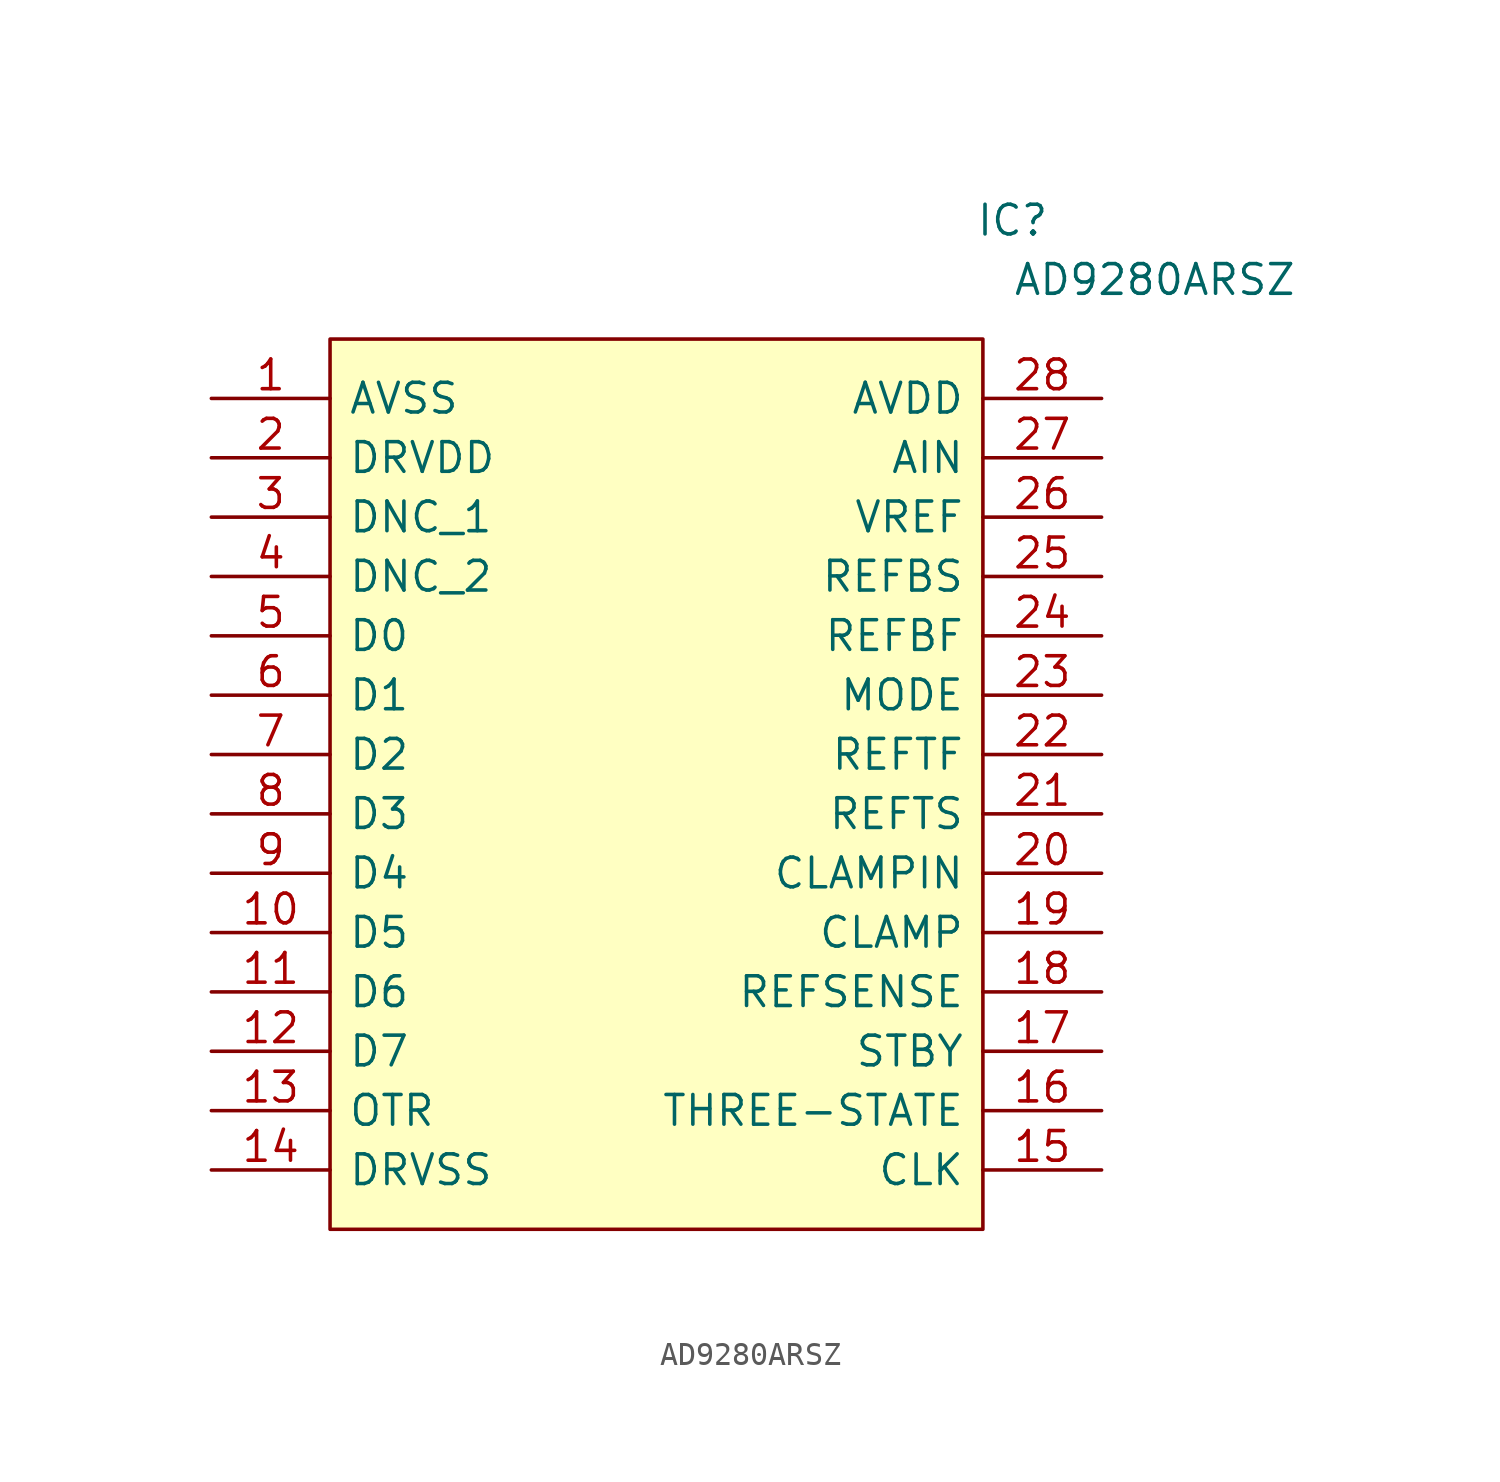
<source format=kicad_sym>
(kicad_symbol_lib
  (version 20211014)
  (generator kicad_symbol_editor)
  (symbol "AD9280ARSZ"
    (pin_names
      (offset 0.762))
    (property "Reference" "IC"
      (at 34.29 7.62 0)
      (effects (font (size 1.27 1.27))))
    (property "Value" "AD9280ARSZ"
      (at 34.29 5.08 0)
      (effects (font (size 1.27 1.27)) (justify left)))
    (symbol "AD9280ARSZ_0_0"
      (pin passive line (at 0 0 0) (length 5.08) (name "AVSS" (effects (font (size 1.27 1.27)))) (number "1" (effects (font (size 1.27 1.27)))))
      (pin passive line (at 0 -22.86 0) (length 5.08) (name "D5" (effects (font (size 1.27 1.27)))) (number "10" (effects (font (size 1.27 1.27)))))
      (pin passive line (at 0 -25.4 0) (length 5.08) (name "D6" (effects (font (size 1.27 1.27)))) (number "11" (effects (font (size 1.27 1.27)))))
      (pin passive line (at 0 -27.94 0) (length 5.08) (name "D7" (effects (font (size 1.27 1.27)))) (number "12" (effects (font (size 1.27 1.27)))))
      (pin passive line (at 0 -30.48 0) (length 5.08) (name "OTR" (effects (font (size 1.27 1.27)))) (number "13" (effects (font (size 1.27 1.27)))))
      (pin passive line (at 0 -33.02 0) (length 5.08) (name "DRVSS" (effects (font (size 1.27 1.27)))) (number "14" (effects (font (size 1.27 1.27)))))
      (pin passive line (at 38.1 -33.02 180) (length 5.08) (name "CLK" (effects (font (size 1.27 1.27)))) (number "15" (effects (font (size 1.27 1.27)))))
      (pin passive line (at 38.1 -30.48 180) (length 5.08) (name "THREE-STATE" (effects (font (size 1.27 1.27)))) (number "16" (effects (font (size 1.27 1.27)))))
      (pin passive line (at 38.1 -27.94 180) (length 5.08) (name "STBY" (effects (font (size 1.27 1.27)))) (number "17" (effects (font (size 1.27 1.27)))))
      (pin passive line (at 38.1 -25.4 180) (length 5.08) (name "REFSENSE" (effects (font (size 1.27 1.27)))) (number "18" (effects (font (size 1.27 1.27)))))
      (pin passive line (at 38.1 -22.86 180) (length 5.08) (name "CLAMP" (effects (font (size 1.27 1.27)))) (number "19" (effects (font (size 1.27 1.27)))))
      (pin passive line (at 0 -2.54 0) (length 5.08) (name "DRVDD" (effects (font (size 1.27 1.27)))) (number "2" (effects (font (size 1.27 1.27)))))
      (pin passive line (at 38.1 -20.32 180) (length 5.08) (name "CLAMPIN" (effects (font (size 1.27 1.27)))) (number "20" (effects (font (size 1.27 1.27)))))
      (pin passive line (at 38.1 -17.78 180) (length 5.08) (name "REFTS" (effects (font (size 1.27 1.27)))) (number "21" (effects (font (size 1.27 1.27)))))
      (pin passive line (at 38.1 -15.24 180) (length 5.08) (name "REFTF" (effects (font (size 1.27 1.27)))) (number "22" (effects (font (size 1.27 1.27)))))
      (pin passive line (at 38.1 -12.7 180) (length 5.08) (name "MODE" (effects (font (size 1.27 1.27)))) (number "23" (effects (font (size 1.27 1.27)))))
      (pin passive line (at 38.1 -10.16 180) (length 5.08) (name "REFBF" (effects (font (size 1.27 1.27)))) (number "24" (effects (font (size 1.27 1.27)))))
      (pin passive line (at 38.1 -7.62 180) (length 5.08) (name "REFBS" (effects (font (size 1.27 1.27)))) (number "25" (effects (font (size 1.27 1.27)))))
      (pin passive line (at 38.1 -5.08 180) (length 5.08) (name "VREF" (effects (font (size 1.27 1.27)))) (number "26" (effects (font (size 1.27 1.27)))))
      (pin passive line (at 38.1 -2.54 180) (length 5.08) (name "AIN" (effects (font (size 1.27 1.27)))) (number "27" (effects (font (size 1.27 1.27)))))
      (pin passive line (at 38.1 0 180) (length 5.08) (name "AVDD" (effects (font (size 1.27 1.27)))) (number "28" (effects (font (size 1.27 1.27)))))
      (pin passive line (at 0 -5.08 0) (length 5.08) (name "DNC_1" (effects (font (size 1.27 1.27)))) (number "3" (effects (font (size 1.27 1.27)))))
      (pin passive line (at 0 -7.62 0) (length 5.08) (name "DNC_2" (effects (font (size 1.27 1.27)))) (number "4" (effects (font (size 1.27 1.27)))))
      (pin passive line (at 0 -10.16 0) (length 5.08) (name "D0" (effects (font (size 1.27 1.27)))) (number "5" (effects (font (size 1.27 1.27)))))
      (pin passive line (at 0 -12.7 0) (length 5.08) (name "D1" (effects (font (size 1.27 1.27)))) (number "6" (effects (font (size 1.27 1.27)))))
      (pin passive line (at 0 -15.24 0) (length 5.08) (name "D2" (effects (font (size 1.27 1.27)))) (number "7" (effects (font (size 1.27 1.27)))))
      (pin passive line (at 0 -17.78 0) (length 5.08) (name "D3" (effects (font (size 1.27 1.27)))) (number "8" (effects (font (size 1.27 1.27)))))
      (pin passive line (at 0 -20.32 0) (length 5.08) (name "D4" (effects (font (size 1.27 1.27)))) (number "9" (effects (font (size 1.27 1.27))))))
    (symbol "AD9280ARSZ_0_1"
      (polyline (pts (xy 5.08 2.54) (xy 33.02 2.54) (xy 33.02 -35.56) (xy 5.08 -35.56) (xy 5.08 2.54)) (stroke (width 0.152) (type default) (color 0 0 0 0)) (fill (type background))))))
</source>
